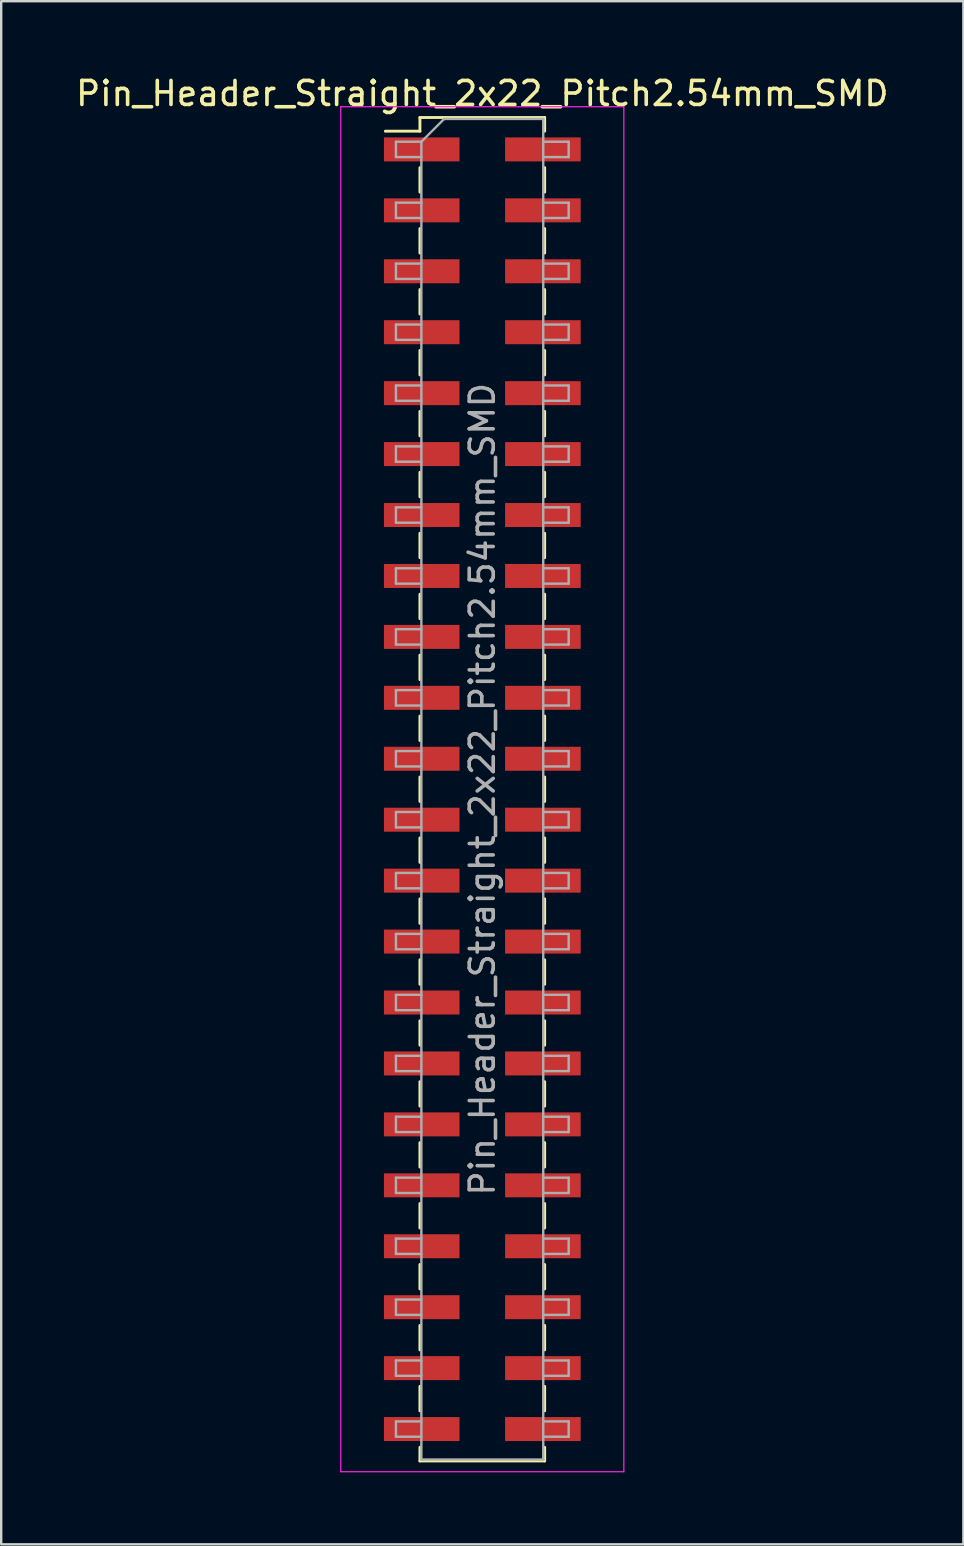
<source format=kicad_pcb>
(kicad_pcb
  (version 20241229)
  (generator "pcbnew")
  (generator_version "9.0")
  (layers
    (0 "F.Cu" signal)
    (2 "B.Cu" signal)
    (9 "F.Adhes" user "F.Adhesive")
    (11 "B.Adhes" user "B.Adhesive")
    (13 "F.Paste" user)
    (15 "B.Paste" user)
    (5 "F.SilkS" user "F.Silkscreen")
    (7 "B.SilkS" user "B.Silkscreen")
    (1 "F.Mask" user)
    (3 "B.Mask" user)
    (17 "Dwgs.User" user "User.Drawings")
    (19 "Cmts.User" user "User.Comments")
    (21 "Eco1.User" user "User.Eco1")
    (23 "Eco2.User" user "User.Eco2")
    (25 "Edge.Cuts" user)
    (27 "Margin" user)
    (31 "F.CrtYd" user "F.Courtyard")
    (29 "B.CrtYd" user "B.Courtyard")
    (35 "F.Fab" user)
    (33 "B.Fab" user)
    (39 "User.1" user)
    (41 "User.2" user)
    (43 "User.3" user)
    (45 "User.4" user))
  (footprint "Pin_Header_Straight_2x22_Pitch2.54mm_SMD"
    (layer "F.Cu")
    (at 17.054 29.848)
    (property "Reference" "Pin_Header_Straight_2x22_Pitch2.54mm_SMD" (at 0 -29 0) (layer "F.SilkS") (effects (font (size 1 1) (thickness 0.15))))
    (attr smd)
    (fp_line (start -4.04 -27.43) (end -2.6 -27.43) (stroke (width 0.12) (type solid)) (layer "F.SilkS"))
    (fp_line (start -2.6 -28) (end -2.6 -27.43) (stroke (width 0.12) (type solid)) (layer "F.SilkS"))
    (fp_line (start -2.6 -28) (end 2.6 -28) (stroke (width 0.12) (type solid)) (layer "F.SilkS"))
    (fp_line (start -2.6 -25.91) (end -2.6 -24.89) (stroke (width 0.12) (type solid)) (layer "F.SilkS"))
    (fp_line (start -2.6 -23.37) (end -2.6 -22.35) (stroke (width 0.12) (type solid)) (layer "F.SilkS"))
    (fp_line (start -2.6 -20.83) (end -2.6 -19.81) (stroke (width 0.12) (type solid)) (layer "F.SilkS"))
    (fp_line (start -2.6 -18.29) (end -2.6 -17.27) (stroke (width 0.12) (type solid)) (layer "F.SilkS"))
    (fp_line (start -2.6 -15.75) (end -2.6 -14.73) (stroke (width 0.12) (type solid)) (layer "F.SilkS"))
    (fp_line (start -2.6 -13.21) (end -2.6 -12.19) (stroke (width 0.12) (type solid)) (layer "F.SilkS"))
    (fp_line (start -2.6 -10.67) (end -2.6 -9.65) (stroke (width 0.12) (type solid)) (layer "F.SilkS"))
    (fp_line (start -2.6 -8.13) (end -2.6 -7.11) (stroke (width 0.12) (type solid)) (layer "F.SilkS"))
    (fp_line (start -2.6 -5.59) (end -2.6 -4.57) (stroke (width 0.12) (type solid)) (layer "F.SilkS"))
    (fp_line (start -2.6 -3.05) (end -2.6 -2.03) (stroke (width 0.12) (type solid)) (layer "F.SilkS"))
    (fp_line (start -2.6 -0.51) (end -2.6 0.51) (stroke (width 0.12) (type solid)) (layer "F.SilkS"))
    (fp_line (start -2.6 2.03) (end -2.6 3.05) (stroke (width 0.12) (type solid)) (layer "F.SilkS"))
    (fp_line (start -2.6 4.57) (end -2.6 5.59) (stroke (width 0.12) (type solid)) (layer "F.SilkS"))
    (fp_line (start -2.6 7.11) (end -2.6 8.13) (stroke (width 0.12) (type solid)) (layer "F.SilkS"))
    (fp_line (start -2.6 9.65) (end -2.6 10.67) (stroke (width 0.12) (type solid)) (layer "F.SilkS"))
    (fp_line (start -2.6 12.19) (end -2.6 13.21) (stroke (width 0.12) (type solid)) (layer "F.SilkS"))
    (fp_line (start -2.6 14.73) (end -2.6 15.75) (stroke (width 0.12) (type solid)) (layer "F.SilkS"))
    (fp_line (start -2.6 17.27) (end -2.6 18.29) (stroke (width 0.12) (type solid)) (layer "F.SilkS"))
    (fp_line (start -2.6 19.81) (end -2.6 20.83) (stroke (width 0.12) (type solid)) (layer "F.SilkS"))
    (fp_line (start -2.6 22.35) (end -2.6 23.37) (stroke (width 0.12) (type solid)) (layer "F.SilkS"))
    (fp_line (start -2.6 24.89) (end -2.6 25.91) (stroke (width 0.12) (type solid)) (layer "F.SilkS"))
    (fp_line (start -2.6 27.43) (end -2.6 28) (stroke (width 0.12) (type solid)) (layer "F.SilkS"))
    (fp_line (start -2.6 28) (end 2.6 28) (stroke (width 0.12) (type solid)) (layer "F.SilkS"))
    (fp_line (start 2.6 -28) (end 2.6 -27.43) (stroke (width 0.12) (type solid)) (layer "F.SilkS"))
    (fp_line (start 2.6 -25.91) (end 2.6 -24.89) (stroke (width 0.12) (type solid)) (layer "F.SilkS"))
    (fp_line (start 2.6 -23.37) (end 2.6 -22.35) (stroke (width 0.12) (type solid)) (layer "F.SilkS"))
    (fp_line (start 2.6 -20.83) (end 2.6 -19.81) (stroke (width 0.12) (type solid)) (layer "F.SilkS"))
    (fp_line (start 2.6 -18.29) (end 2.6 -17.27) (stroke (width 0.12) (type solid)) (layer "F.SilkS"))
    (fp_line (start 2.6 -15.75) (end 2.6 -14.73) (stroke (width 0.12) (type solid)) (layer "F.SilkS"))
    (fp_line (start 2.6 -13.21) (end 2.6 -12.19) (stroke (width 0.12) (type solid)) (layer "F.SilkS"))
    (fp_line (start 2.6 -10.67) (end 2.6 -9.65) (stroke (width 0.12) (type solid)) (layer "F.SilkS"))
    (fp_line (start 2.6 -8.13) (end 2.6 -7.11) (stroke (width 0.12) (type solid)) (layer "F.SilkS"))
    (fp_line (start 2.6 -5.59) (end 2.6 -4.57) (stroke (width 0.12) (type solid)) (layer "F.SilkS"))
    (fp_line (start 2.6 -3.05) (end 2.6 -2.03) (stroke (width 0.12) (type solid)) (layer "F.SilkS"))
    (fp_line (start 2.6 -0.51) (end 2.6 0.51) (stroke (width 0.12) (type solid)) (layer "F.SilkS"))
    (fp_line (start 2.6 2.03) (end 2.6 3.05) (stroke (width 0.12) (type solid)) (layer "F.SilkS"))
    (fp_line (start 2.6 4.57) (end 2.6 5.59) (stroke (width 0.12) (type solid)) (layer "F.SilkS"))
    (fp_line (start 2.6 7.11) (end 2.6 8.13) (stroke (width 0.12) (type solid)) (layer "F.SilkS"))
    (fp_line (start 2.6 9.65) (end 2.6 10.67) (stroke (width 0.12) (type solid)) (layer "F.SilkS"))
    (fp_line (start 2.6 12.19) (end 2.6 13.21) (stroke (width 0.12) (type solid)) (layer "F.SilkS"))
    (fp_line (start 2.6 14.73) (end 2.6 15.75) (stroke (width 0.12) (type solid)) (layer "F.SilkS"))
    (fp_line (start 2.6 17.27) (end 2.6 18.29) (stroke (width 0.12) (type solid)) (layer "F.SilkS"))
    (fp_line (start 2.6 19.81) (end 2.6 20.83) (stroke (width 0.12) (type solid)) (layer "F.SilkS"))
    (fp_line (start 2.6 22.35) (end 2.6 23.37) (stroke (width 0.12) (type solid)) (layer "F.SilkS"))
    (fp_line (start 2.6 24.89) (end 2.6 25.91) (stroke (width 0.12) (type solid)) (layer "F.SilkS"))
    (fp_line (start 2.6 27.43) (end 2.6 28) (stroke (width 0.12) (type solid)) (layer "F.SilkS"))
    (fp_line (start -5.9 -28.45) (end -5.9 28.45) (stroke (width 0.05) (type solid)) (layer "F.CrtYd"))
    (fp_line (start -5.9 28.45) (end 5.9 28.45) (stroke (width 0.05) (type solid)) (layer "F.CrtYd"))
    (fp_line (start 5.9 -28.45) (end -5.9 -28.45) (stroke (width 0.05) (type solid)) (layer "F.CrtYd"))
    (fp_line (start 5.9 28.45) (end 5.9 -28.45) (stroke (width 0.05) (type solid)) (layer "F.CrtYd"))
    (fp_line (start -3.6 -26.99) (end -3.6 -26.35) (stroke (width 0.1) (type solid)) (layer "F.Fab"))
    (fp_line (start -3.6 -26.35) (end -2.54 -26.35) (stroke (width 0.1) (type solid)) (layer "F.Fab"))
    (fp_line (start -3.6 -24.45) (end -3.6 -23.81) (stroke (width 0.1) (type solid)) (layer "F.Fab"))
    (fp_line (start -3.6 -23.81) (end -2.54 -23.81) (stroke (width 0.1) (type solid)) (layer "F.Fab"))
    (fp_line (start -3.6 -21.91) (end -3.6 -21.27) (stroke (width 0.1) (type solid)) (layer "F.Fab"))
    (fp_line (start -3.6 -21.27) (end -2.54 -21.27) (stroke (width 0.1) (type solid)) (layer "F.Fab"))
    (fp_line (start -3.6 -19.37) (end -3.6 -18.73) (stroke (width 0.1) (type solid)) (layer "F.Fab"))
    (fp_line (start -3.6 -18.73) (end -2.54 -18.73) (stroke (width 0.1) (type solid)) (layer "F.Fab"))
    (fp_line (start -3.6 -16.83) (end -3.6 -16.19) (stroke (width 0.1) (type solid)) (layer "F.Fab"))
    (fp_line (start -3.6 -16.19) (end -2.54 -16.19) (stroke (width 0.1) (type solid)) (layer "F.Fab"))
    (fp_line (start -3.6 -14.29) (end -3.6 -13.65) (stroke (width 0.1) (type solid)) (layer "F.Fab"))
    (fp_line (start -3.6 -13.65) (end -2.54 -13.65) (stroke (width 0.1) (type solid)) (layer "F.Fab"))
    (fp_line (start -3.6 -11.75) (end -3.6 -11.11) (stroke (width 0.1) (type solid)) (layer "F.Fab"))
    (fp_line (start -3.6 -11.11) (end -2.54 -11.11) (stroke (width 0.1) (type solid)) (layer "F.Fab"))
    (fp_line (start -3.6 -9.21) (end -3.6 -8.57) (stroke (width 0.1) (type solid)) (layer "F.Fab"))
    (fp_line (start -3.6 -8.57) (end -2.54 -8.57) (stroke (width 0.1) (type solid)) (layer "F.Fab"))
    (fp_line (start -3.6 -6.67) (end -3.6 -6.03) (stroke (width 0.1) (type solid)) (layer "F.Fab"))
    (fp_line (start -3.6 -6.03) (end -2.54 -6.03) (stroke (width 0.1) (type solid)) (layer "F.Fab"))
    (fp_line (start -3.6 -4.13) (end -3.6 -3.49) (stroke (width 0.1) (type solid)) (layer "F.Fab"))
    (fp_line (start -3.6 -3.49) (end -2.54 -3.49) (stroke (width 0.1) (type solid)) (layer "F.Fab"))
    (fp_line (start -3.6 -1.59) (end -3.6 -0.95) (stroke (width 0.1) (type solid)) (layer "F.Fab"))
    (fp_line (start -3.6 -0.95) (end -2.54 -0.95) (stroke (width 0.1) (type solid)) (layer "F.Fab"))
    (fp_line (start -3.6 0.95) (end -3.6 1.59) (stroke (width 0.1) (type solid)) (layer "F.Fab"))
    (fp_line (start -3.6 1.59) (end -2.54 1.59) (stroke (width 0.1) (type solid)) (layer "F.Fab"))
    (fp_line (start -3.6 3.49) (end -3.6 4.13) (stroke (width 0.1) (type solid)) (layer "F.Fab"))
    (fp_line (start -3.6 4.13) (end -2.54 4.13) (stroke (width 0.1) (type solid)) (layer "F.Fab"))
    (fp_line (start -3.6 6.03) (end -3.6 6.67) (stroke (width 0.1) (type solid)) (layer "F.Fab"))
    (fp_line (start -3.6 6.67) (end -2.54 6.67) (stroke (width 0.1) (type solid)) (layer "F.Fab"))
    (fp_line (start -3.6 8.57) (end -3.6 9.21) (stroke (width 0.1) (type solid)) (layer "F.Fab"))
    (fp_line (start -3.6 9.21) (end -2.54 9.21) (stroke (width 0.1) (type solid)) (layer "F.Fab"))
    (fp_line (start -3.6 11.11) (end -3.6 11.75) (stroke (width 0.1) (type solid)) (layer "F.Fab"))
    (fp_line (start -3.6 11.75) (end -2.54 11.75) (stroke (width 0.1) (type solid)) (layer "F.Fab"))
    (fp_line (start -3.6 13.65) (end -3.6 14.29) (stroke (width 0.1) (type solid)) (layer "F.Fab"))
    (fp_line (start -3.6 14.29) (end -2.54 14.29) (stroke (width 0.1) (type solid)) (layer "F.Fab"))
    (fp_line (start -3.6 16.19) (end -3.6 16.83) (stroke (width 0.1) (type solid)) (layer "F.Fab"))
    (fp_line (start -3.6 16.83) (end -2.54 16.83) (stroke (width 0.1) (type solid)) (layer "F.Fab"))
    (fp_line (start -3.6 18.73) (end -3.6 19.37) (stroke (width 0.1) (type solid)) (layer "F.Fab"))
    (fp_line (start -3.6 19.37) (end -2.54 19.37) (stroke (width 0.1) (type solid)) (layer "F.Fab"))
    (fp_line (start -3.6 21.27) (end -3.6 21.91) (stroke (width 0.1) (type solid)) (layer "F.Fab"))
    (fp_line (start -3.6 21.91) (end -2.54 21.91) (stroke (width 0.1) (type solid)) (layer "F.Fab"))
    (fp_line (start -3.6 23.81) (end -3.6 24.45) (stroke (width 0.1) (type solid)) (layer "F.Fab"))
    (fp_line (start -3.6 24.45) (end -2.54 24.45) (stroke (width 0.1) (type solid)) (layer "F.Fab"))
    (fp_line (start -3.6 26.35) (end -3.6 26.99) (stroke (width 0.1) (type solid)) (layer "F.Fab"))
    (fp_line (start -3.6 26.99) (end -2.54 26.99) (stroke (width 0.1) (type solid)) (layer "F.Fab"))
    (fp_line (start -2.54 -26.99) (end -3.6 -26.99) (stroke (width 0.1) (type solid)) (layer "F.Fab"))
    (fp_line (start -2.54 -26.99) (end -1.59 -27.94) (stroke (width 0.1) (type solid)) (layer "F.Fab"))
    (fp_line (start -2.54 -24.45) (end -3.6 -24.45) (stroke (width 0.1) (type solid)) (layer "F.Fab"))
    (fp_line (start -2.54 -21.91) (end -3.6 -21.91) (stroke (width 0.1) (type solid)) (layer "F.Fab"))
    (fp_line (start -2.54 -19.37) (end -3.6 -19.37) (stroke (width 0.1) (type solid)) (layer "F.Fab"))
    (fp_line (start -2.54 -16.83) (end -3.6 -16.83) (stroke (width 0.1) (type solid)) (layer "F.Fab"))
    (fp_line (start -2.54 -14.29) (end -3.6 -14.29) (stroke (width 0.1) (type solid)) (layer "F.Fab"))
    (fp_line (start -2.54 -11.75) (end -3.6 -11.75) (stroke (width 0.1) (type solid)) (layer "F.Fab"))
    (fp_line (start -2.54 -9.21) (end -3.6 -9.21) (stroke (width 0.1) (type solid)) (layer "F.Fab"))
    (fp_line (start -2.54 -6.67) (end -3.6 -6.67) (stroke (width 0.1) (type solid)) (layer "F.Fab"))
    (fp_line (start -2.54 -4.13) (end -3.6 -4.13) (stroke (width 0.1) (type solid)) (layer "F.Fab"))
    (fp_line (start -2.54 -1.59) (end -3.6 -1.59) (stroke (width 0.1) (type solid)) (layer "F.Fab"))
    (fp_line (start -2.54 0.95) (end -3.6 0.95) (stroke (width 0.1) (type solid)) (layer "F.Fab"))
    (fp_line (start -2.54 3.49) (end -3.6 3.49) (stroke (width 0.1) (type solid)) (layer "F.Fab"))
    (fp_line (start -2.54 6.03) (end -3.6 6.03) (stroke (width 0.1) (type solid)) (layer "F.Fab"))
    (fp_line (start -2.54 8.57) (end -3.6 8.57) (stroke (width 0.1) (type solid)) (layer "F.Fab"))
    (fp_line (start -2.54 11.11) (end -3.6 11.11) (stroke (width 0.1) (type solid)) (layer "F.Fab"))
    (fp_line (start -2.54 13.65) (end -3.6 13.65) (stroke (width 0.1) (type solid)) (layer "F.Fab"))
    (fp_line (start -2.54 16.19) (end -3.6 16.19) (stroke (width 0.1) (type solid)) (layer "F.Fab"))
    (fp_line (start -2.54 18.73) (end -3.6 18.73) (stroke (width 0.1) (type solid)) (layer "F.Fab"))
    (fp_line (start -2.54 21.27) (end -3.6 21.27) (stroke (width 0.1) (type solid)) (layer "F.Fab"))
    (fp_line (start -2.54 23.81) (end -3.6 23.81) (stroke (width 0.1) (type solid)) (layer "F.Fab"))
    (fp_line (start -2.54 26.35) (end -3.6 26.35) (stroke (width 0.1) (type solid)) (layer "F.Fab"))
    (fp_line (start -2.54 27.94) (end -2.54 -26.99) (stroke (width 0.1) (type solid)) (layer "F.Fab"))
    (fp_line (start -1.59 -27.94) (end 2.54 -27.94) (stroke (width 0.1) (type solid)) (layer "F.Fab"))
    (fp_line (start 2.54 -27.94) (end 2.54 27.94) (stroke (width 0.1) (type solid)) (layer "F.Fab"))
    (fp_line (start 2.54 -26.99) (end 3.6 -26.99) (stroke (width 0.1) (type solid)) (layer "F.Fab"))
    (fp_line (start 2.54 -24.45) (end 3.6 -24.45) (stroke (width 0.1) (type solid)) (layer "F.Fab"))
    (fp_line (start 2.54 -21.91) (end 3.6 -21.91) (stroke (width 0.1) (type solid)) (layer "F.Fab"))
    (fp_line (start 2.54 -19.37) (end 3.6 -19.37) (stroke (width 0.1) (type solid)) (layer "F.Fab"))
    (fp_line (start 2.54 -16.83) (end 3.6 -16.83) (stroke (width 0.1) (type solid)) (layer "F.Fab"))
    (fp_line (start 2.54 -14.29) (end 3.6 -14.29) (stroke (width 0.1) (type solid)) (layer "F.Fab"))
    (fp_line (start 2.54 -11.75) (end 3.6 -11.75) (stroke (width 0.1) (type solid)) (layer "F.Fab"))
    (fp_line (start 2.54 -9.21) (end 3.6 -9.21) (stroke (width 0.1) (type solid)) (layer "F.Fab"))
    (fp_line (start 2.54 -6.67) (end 3.6 -6.67) (stroke (width 0.1) (type solid)) (layer "F.Fab"))
    (fp_line (start 2.54 -4.13) (end 3.6 -4.13) (stroke (width 0.1) (type solid)) (layer "F.Fab"))
    (fp_line (start 2.54 -1.59) (end 3.6 -1.59) (stroke (width 0.1) (type solid)) (layer "F.Fab"))
    (fp_line (start 2.54 0.95) (end 3.6 0.95) (stroke (width 0.1) (type solid)) (layer "F.Fab"))
    (fp_line (start 2.54 3.49) (end 3.6 3.49) (stroke (width 0.1) (type solid)) (layer "F.Fab"))
    (fp_line (start 2.54 6.03) (end 3.6 6.03) (stroke (width 0.1) (type solid)) (layer "F.Fab"))
    (fp_line (start 2.54 8.57) (end 3.6 8.57) (stroke (width 0.1) (type solid)) (layer "F.Fab"))
    (fp_line (start 2.54 11.11) (end 3.6 11.11) (stroke (width 0.1) (type solid)) (layer "F.Fab"))
    (fp_line (start 2.54 13.65) (end 3.6 13.65) (stroke (width 0.1) (type solid)) (layer "F.Fab"))
    (fp_line (start 2.54 16.19) (end 3.6 16.19) (stroke (width 0.1) (type solid)) (layer "F.Fab"))
    (fp_line (start 2.54 18.73) (end 3.6 18.73) (stroke (width 0.1) (type solid)) (layer "F.Fab"))
    (fp_line (start 2.54 21.27) (end 3.6 21.27) (stroke (width 0.1) (type solid)) (layer "F.Fab"))
    (fp_line (start 2.54 23.81) (end 3.6 23.81) (stroke (width 0.1) (type solid)) (layer "F.Fab"))
    (fp_line (start 2.54 26.35) (end 3.6 26.35) (stroke (width 0.1) (type solid)) (layer "F.Fab"))
    (fp_line (start 2.54 27.94) (end -2.54 27.94) (stroke (width 0.1) (type solid)) (layer "F.Fab"))
    (fp_line (start 3.6 -26.99) (end 3.6 -26.35) (stroke (width 0.1) (type solid)) (layer "F.Fab"))
    (fp_line (start 3.6 -26.35) (end 2.54 -26.35) (stroke (width 0.1) (type solid)) (layer "F.Fab"))
    (fp_line (start 3.6 -24.45) (end 3.6 -23.81) (stroke (width 0.1) (type solid)) (layer "F.Fab"))
    (fp_line (start 3.6 -23.81) (end 2.54 -23.81) (stroke (width 0.1) (type solid)) (layer "F.Fab"))
    (fp_line (start 3.6 -21.91) (end 3.6 -21.27) (stroke (width 0.1) (type solid)) (layer "F.Fab"))
    (fp_line (start 3.6 -21.27) (end 2.54 -21.27) (stroke (width 0.1) (type solid)) (layer "F.Fab"))
    (fp_line (start 3.6 -19.37) (end 3.6 -18.73) (stroke (width 0.1) (type solid)) (layer "F.Fab"))
    (fp_line (start 3.6 -18.73) (end 2.54 -18.73) (stroke (width 0.1) (type solid)) (layer "F.Fab"))
    (fp_line (start 3.6 -16.83) (end 3.6 -16.19) (stroke (width 0.1) (type solid)) (layer "F.Fab"))
    (fp_line (start 3.6 -16.19) (end 2.54 -16.19) (stroke (width 0.1) (type solid)) (layer "F.Fab"))
    (fp_line (start 3.6 -14.29) (end 3.6 -13.65) (stroke (width 0.1) (type solid)) (layer "F.Fab"))
    (fp_line (start 3.6 -13.65) (end 2.54 -13.65) (stroke (width 0.1) (type solid)) (layer "F.Fab"))
    (fp_line (start 3.6 -11.75) (end 3.6 -11.11) (stroke (width 0.1) (type solid)) (layer "F.Fab"))
    (fp_line (start 3.6 -11.11) (end 2.54 -11.11) (stroke (width 0.1) (type solid)) (layer "F.Fab"))
    (fp_line (start 3.6 -9.21) (end 3.6 -8.57) (stroke (width 0.1) (type solid)) (layer "F.Fab"))
    (fp_line (start 3.6 -8.57) (end 2.54 -8.57) (stroke (width 0.1) (type solid)) (layer "F.Fab"))
    (fp_line (start 3.6 -6.67) (end 3.6 -6.03) (stroke (width 0.1) (type solid)) (layer "F.Fab"))
    (fp_line (start 3.6 -6.03) (end 2.54 -6.03) (stroke (width 0.1) (type solid)) (layer "F.Fab"))
    (fp_line (start 3.6 -4.13) (end 3.6 -3.49) (stroke (width 0.1) (type solid)) (layer "F.Fab"))
    (fp_line (start 3.6 -3.49) (end 2.54 -3.49) (stroke (width 0.1) (type solid)) (layer "F.Fab"))
    (fp_line (start 3.6 -1.59) (end 3.6 -0.95) (stroke (width 0.1) (type solid)) (layer "F.Fab"))
    (fp_line (start 3.6 -0.95) (end 2.54 -0.95) (stroke (width 0.1) (type solid)) (layer "F.Fab"))
    (fp_line (start 3.6 0.95) (end 3.6 1.59) (stroke (width 0.1) (type solid)) (layer "F.Fab"))
    (fp_line (start 3.6 1.59) (end 2.54 1.59) (stroke (width 0.1) (type solid)) (layer "F.Fab"))
    (fp_line (start 3.6 3.49) (end 3.6 4.13) (stroke (width 0.1) (type solid)) (layer "F.Fab"))
    (fp_line (start 3.6 4.13) (end 2.54 4.13) (stroke (width 0.1) (type solid)) (layer "F.Fab"))
    (fp_line (start 3.6 6.03) (end 3.6 6.67) (stroke (width 0.1) (type solid)) (layer "F.Fab"))
    (fp_line (start 3.6 6.67) (end 2.54 6.67) (stroke (width 0.1) (type solid)) (layer "F.Fab"))
    (fp_line (start 3.6 8.57) (end 3.6 9.21) (stroke (width 0.1) (type solid)) (layer "F.Fab"))
    (fp_line (start 3.6 9.21) (end 2.54 9.21) (stroke (width 0.1) (type solid)) (layer "F.Fab"))
    (fp_line (start 3.6 11.11) (end 3.6 11.75) (stroke (width 0.1) (type solid)) (layer "F.Fab"))
    (fp_line (start 3.6 11.75) (end 2.54 11.75) (stroke (width 0.1) (type solid)) (layer "F.Fab"))
    (fp_line (start 3.6 13.65) (end 3.6 14.29) (stroke (width 0.1) (type solid)) (layer "F.Fab"))
    (fp_line (start 3.6 14.29) (end 2.54 14.29) (stroke (width 0.1) (type solid)) (layer "F.Fab"))
    (fp_line (start 3.6 16.19) (end 3.6 16.83) (stroke (width 0.1) (type solid)) (layer "F.Fab"))
    (fp_line (start 3.6 16.83) (end 2.54 16.83) (stroke (width 0.1) (type solid)) (layer "F.Fab"))
    (fp_line (start 3.6 18.73) (end 3.6 19.37) (stroke (width 0.1) (type solid)) (layer "F.Fab"))
    (fp_line (start 3.6 19.37) (end 2.54 19.37) (stroke (width 0.1) (type solid)) (layer "F.Fab"))
    (fp_line (start 3.6 21.27) (end 3.6 21.91) (stroke (width 0.1) (type solid)) (layer "F.Fab"))
    (fp_line (start 3.6 21.91) (end 2.54 21.91) (stroke (width 0.1) (type solid)) (layer "F.Fab"))
    (fp_line (start 3.6 23.81) (end 3.6 24.45) (stroke (width 0.1) (type solid)) (layer "F.Fab"))
    (fp_line (start 3.6 24.45) (end 2.54 24.45) (stroke (width 0.1) (type solid)) (layer "F.Fab"))
    (fp_line (start 3.6 26.35) (end 3.6 26.99) (stroke (width 0.1) (type solid)) (layer "F.Fab"))
    (fp_line (start 3.6 26.99) (end 2.54 26.99) (stroke (width 0.1) (type solid)) (layer "F.Fab"))
    (fp_text user "${REFERENCE}" (at 0 0 90) (layer "F.Fab") (effects (font (size 1 1) (thickness 0.15))))
    (pad "1" smd rect (at -2.525 -26.67) (size 3.15 1) (layers "F.Cu" "F.Mask" "F.Paste"))
    (pad "2" smd rect (at 2.525 -26.67) (size 3.15 1) (layers "F.Cu" "F.Mask" "F.Paste"))
    (pad "3" smd rect (at -2.525 -24.13) (size 3.15 1) (layers "F.Cu" "F.Mask" "F.Paste"))
    (pad "4" smd rect (at 2.525 -24.13) (size 3.15 1) (layers "F.Cu" "F.Mask" "F.Paste"))
    (pad "5" smd rect (at -2.525 -21.59) (size 3.15 1) (layers "F.Cu" "F.Mask" "F.Paste"))
    (pad "6" smd rect (at 2.525 -21.59) (size 3.15 1) (layers "F.Cu" "F.Mask" "F.Paste"))
    (pad "7" smd rect (at -2.525 -19.05) (size 3.15 1) (layers "F.Cu" "F.Mask" "F.Paste"))
    (pad "8" smd rect (at 2.525 -19.05) (size 3.15 1) (layers "F.Cu" "F.Mask" "F.Paste"))
    (pad "9" smd rect (at -2.525 -16.51) (size 3.15 1) (layers "F.Cu" "F.Mask" "F.Paste"))
    (pad "10" smd rect (at 2.525 -16.51) (size 3.15 1) (layers "F.Cu" "F.Mask" "F.Paste"))
    (pad "11" smd rect (at -2.525 -13.97) (size 3.15 1) (layers "F.Cu" "F.Mask" "F.Paste"))
    (pad "12" smd rect (at 2.525 -13.97) (size 3.15 1) (layers "F.Cu" "F.Mask" "F.Paste"))
    (pad "13" smd rect (at -2.525 -11.43) (size 3.15 1) (layers "F.Cu" "F.Mask" "F.Paste"))
    (pad "14" smd rect (at 2.525 -11.43) (size 3.15 1) (layers "F.Cu" "F.Mask" "F.Paste"))
    (pad "15" smd rect (at -2.525 -8.89) (size 3.15 1) (layers "F.Cu" "F.Mask" "F.Paste"))
    (pad "16" smd rect (at 2.525 -8.89) (size 3.15 1) (layers "F.Cu" "F.Mask" "F.Paste"))
    (pad "17" smd rect (at -2.525 -6.35) (size 3.15 1) (layers "F.Cu" "F.Mask" "F.Paste"))
    (pad "18" smd rect (at 2.525 -6.35) (size 3.15 1) (layers "F.Cu" "F.Mask" "F.Paste"))
    (pad "19" smd rect (at -2.525 -3.81) (size 3.15 1) (layers "F.Cu" "F.Mask" "F.Paste"))
    (pad "20" smd rect (at 2.525 -3.81) (size 3.15 1) (layers "F.Cu" "F.Mask" "F.Paste"))
    (pad "21" smd rect (at -2.525 -1.27) (size 3.15 1) (layers "F.Cu" "F.Mask" "F.Paste"))
    (pad "22" smd rect (at 2.525 -1.27) (size 3.15 1) (layers "F.Cu" "F.Mask" "F.Paste"))
    (pad "23" smd rect (at -2.525 1.27) (size 3.15 1) (layers "F.Cu" "F.Mask" "F.Paste"))
    (pad "24" smd rect (at 2.525 1.27) (size 3.15 1) (layers "F.Cu" "F.Mask" "F.Paste"))
    (pad "25" smd rect (at -2.525 3.81) (size 3.15 1) (layers "F.Cu" "F.Mask" "F.Paste"))
    (pad "26" smd rect (at 2.525 3.81) (size 3.15 1) (layers "F.Cu" "F.Mask" "F.Paste"))
    (pad "27" smd rect (at -2.525 6.35) (size 3.15 1) (layers "F.Cu" "F.Mask" "F.Paste"))
    (pad "28" smd rect (at 2.525 6.35) (size 3.15 1) (layers "F.Cu" "F.Mask" "F.Paste"))
    (pad "29" smd rect (at -2.525 8.89) (size 3.15 1) (layers "F.Cu" "F.Mask" "F.Paste"))
    (pad "30" smd rect (at 2.525 8.89) (size 3.15 1) (layers "F.Cu" "F.Mask" "F.Paste"))
    (pad "31" smd rect (at -2.525 11.43) (size 3.15 1) (layers "F.Cu" "F.Mask" "F.Paste"))
    (pad "32" smd rect (at 2.525 11.43) (size 3.15 1) (layers "F.Cu" "F.Mask" "F.Paste"))
    (pad "33" smd rect (at -2.525 13.97) (size 3.15 1) (layers "F.Cu" "F.Mask" "F.Paste"))
    (pad "34" smd rect (at 2.525 13.97) (size 3.15 1) (layers "F.Cu" "F.Mask" "F.Paste"))
    (pad "35" smd rect (at -2.525 16.51) (size 3.15 1) (layers "F.Cu" "F.Mask" "F.Paste"))
    (pad "36" smd rect (at 2.525 16.51) (size 3.15 1) (layers "F.Cu" "F.Mask" "F.Paste"))
    (pad "37" smd rect (at -2.525 19.05) (size 3.15 1) (layers "F.Cu" "F.Mask" "F.Paste"))
    (pad "38" smd rect (at 2.525 19.05) (size 3.15 1) (layers "F.Cu" "F.Mask" "F.Paste"))
    (pad "39" smd rect (at -2.525 21.59) (size 3.15 1) (layers "F.Cu" "F.Mask" "F.Paste"))
    (pad "40" smd rect (at 2.525 21.59) (size 3.15 1) (layers "F.Cu" "F.Mask" "F.Paste"))
    (pad "41" smd rect (at -2.525 24.13) (size 3.15 1) (layers "F.Cu" "F.Mask" "F.Paste"))
    (pad "42" smd rect (at 2.525 24.13) (size 3.15 1) (layers "F.Cu" "F.Mask" "F.Paste"))
    (pad "43" smd rect (at -2.525 26.67) (size 3.15 1) (layers "F.Cu" "F.Mask" "F.Paste"))
    (pad "44" smd rect (at 2.525 26.67) (size 3.15 1) (layers "F.Cu" "F.Mask" "F.Paste")))
  (gr_rect
    (start -3 -3)
    (end 37.107 61.323)
    (stroke (width 0.1) (type default))
    (fill no)
    (layer "Edge.Cuts")))
</source>
